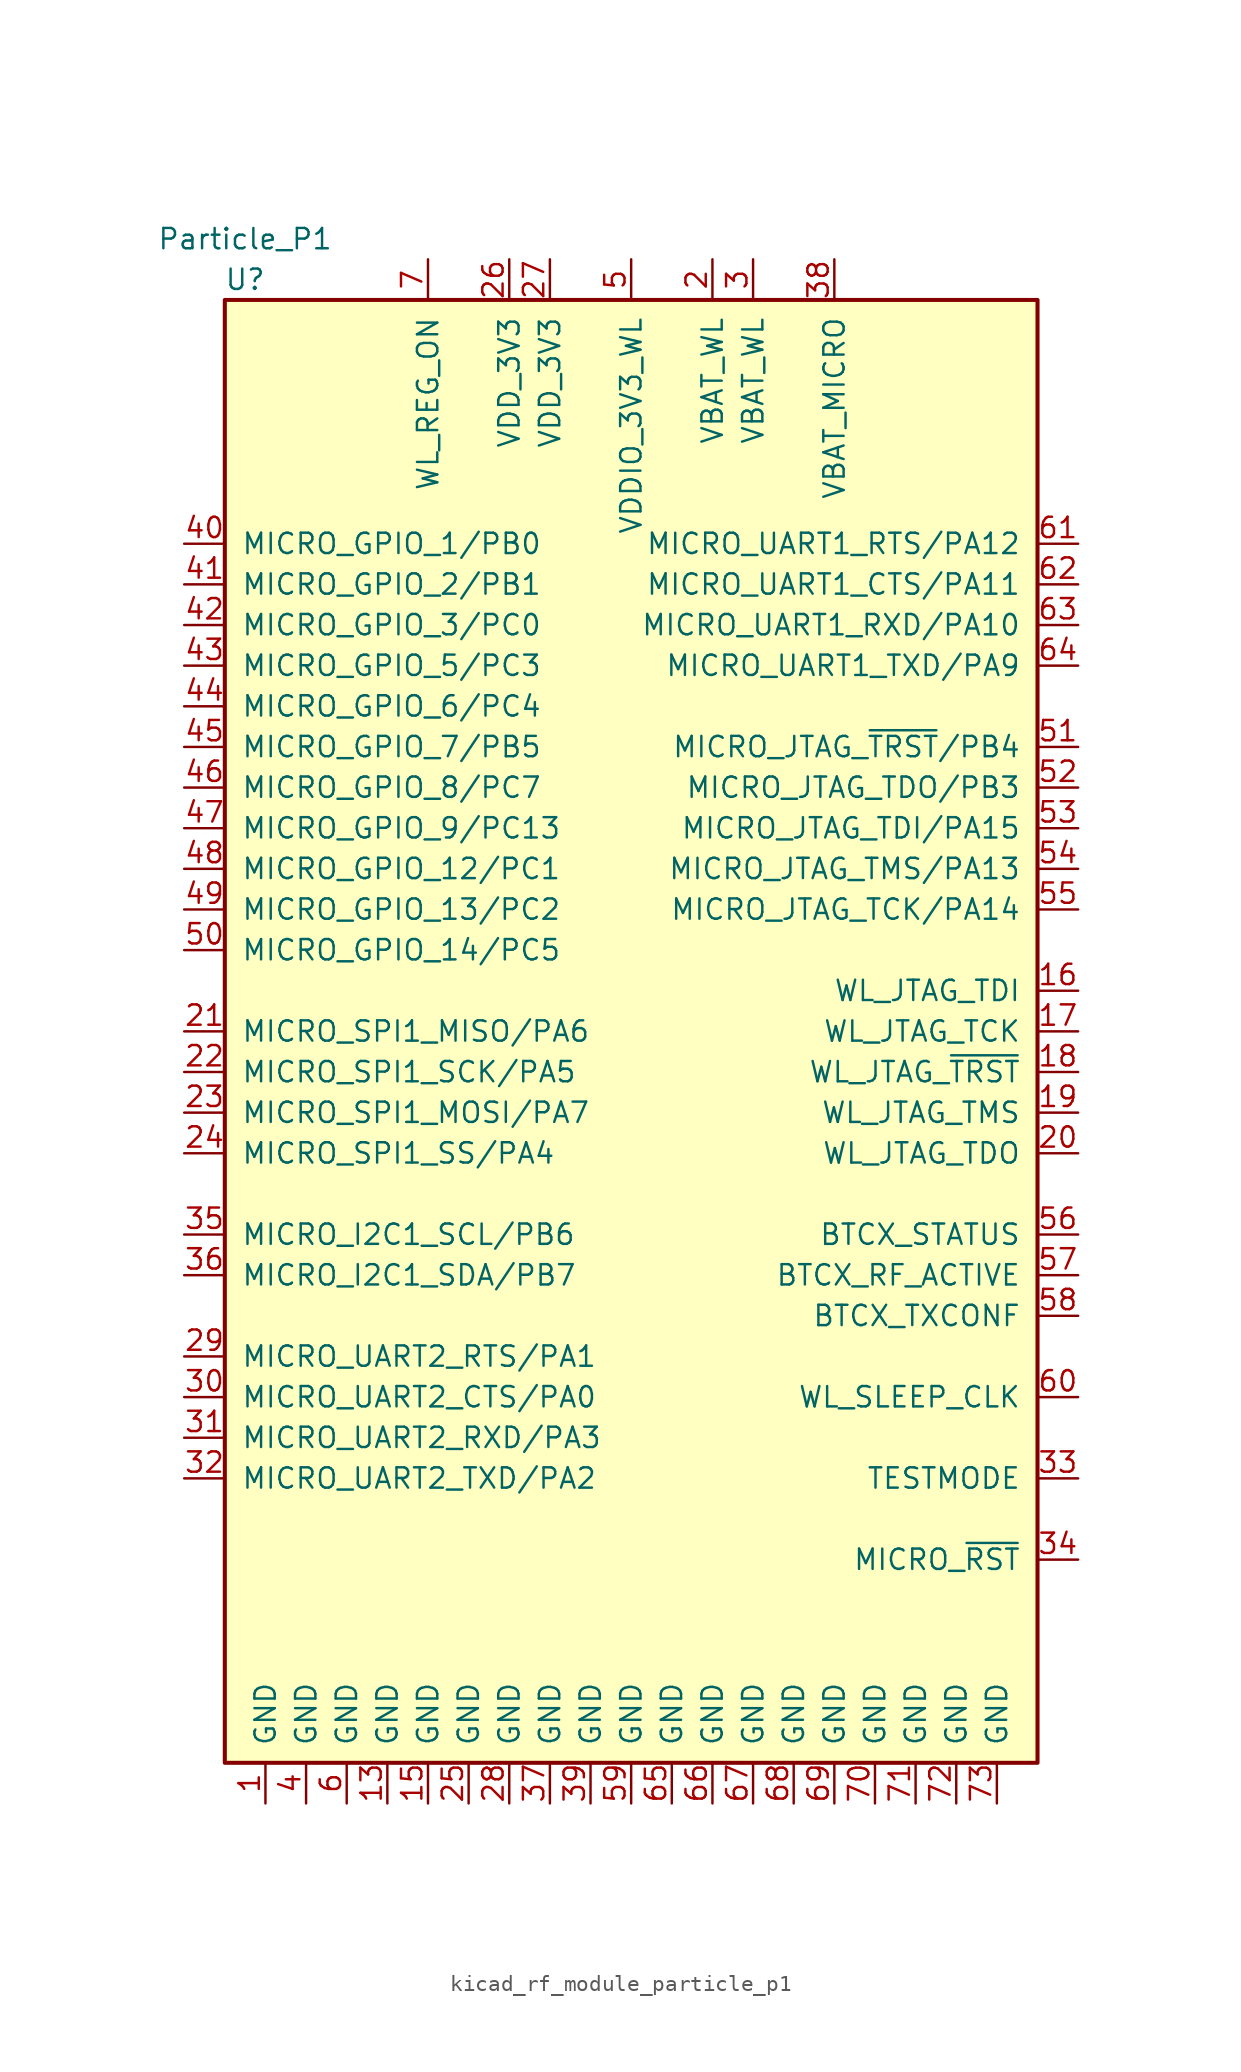
<source format=kicad_sym>
(kicad_symbol_lib
  (version 20220914)
  (generator kicad_symbol_editor)
  (symbol "kicad_rf_module_particle_p1"
    (pin_names
      (offset 1.016))
    (property "Reference" "U"
      (at -24.13 46.99 0)
      (effects (font (size 1.27 1.27))))
    (property "Value" "Particle_P1"
      (at -24.13 49.53 0)
      (effects (font (size 1.27 1.27))))
    (symbol "kicad_rf_module_particle_p1_1_1"
      (rectangle (start -25.4 45.72) (end 25.4 -45.72) (stroke (width 0.254) (type default)) (fill (type background)))
      (pin power_in line (at -22.86 -48.26 90) (length 2.54) (name "GND" (effects (font (size 1.27 1.27)))) (number "1" (effects (font (size 1.27 1.27)))))
      (pin no_connect line (at -25.4 35.56 0) (length 2.54) hide (name "NC" (effects (font (size 1.27 1.27)))) (number "10" (effects (font (size 1.27 1.27)))))
      (pin no_connect line (at 25.4 35.56 180) (length 2.54) hide (name "NC" (effects (font (size 1.27 1.27)))) (number "11" (effects (font (size 1.27 1.27)))))
      (pin no_connect line (at 25.4 38.1 180) (length 2.54) hide (name "NC" (effects (font (size 1.27 1.27)))) (number "12" (effects (font (size 1.27 1.27)))))
      (pin power_in line (at -15.24 -48.26 90) (length 2.54) (name "GND" (effects (font (size 1.27 1.27)))) (number "13" (effects (font (size 1.27 1.27)))))
      (pin no_connect line (at 25.4 40.64 180) (length 2.54) hide (name "NC" (effects (font (size 1.27 1.27)))) (number "14" (effects (font (size 1.27 1.27)))))
      (pin power_in line (at -12.7 -48.26 90) (length 2.54) (name "GND" (effects (font (size 1.27 1.27)))) (number "15" (effects (font (size 1.27 1.27)))))
      (pin input line (at 27.94 2.54 180) (length 2.54) (name "WL_JTAG_TDI" (effects (font (size 1.27 1.27)))) (number "16" (effects (font (size 1.27 1.27)))))
      (pin input line (at 27.94 0 180) (length 2.54) (name "WL_JTAG_TCK" (effects (font (size 1.27 1.27)))) (number "17" (effects (font (size 1.27 1.27)))))
      (pin input line (at 27.94 -2.54 180) (length 2.54) (name "WL_JTAG_~{TRST}" (effects (font (size 1.27 1.27)))) (number "18" (effects (font (size 1.27 1.27)))))
      (pin input line (at 27.94 -5.08 180) (length 2.54) (name "WL_JTAG_TMS" (effects (font (size 1.27 1.27)))) (number "19" (effects (font (size 1.27 1.27)))))
      (pin power_in line (at 5.08 48.26 270) (length 2.54) (name "VBAT_WL" (effects (font (size 1.27 1.27)))) (number "2" (effects (font (size 1.27 1.27)))))
      (pin input line (at 27.94 -7.62 180) (length 2.54) (name "WL_JTAG_TDO" (effects (font (size 1.27 1.27)))) (number "20" (effects (font (size 1.27 1.27)))))
      (pin bidirectional line (at -27.94 0 0) (length 2.54) (name "MICRO_SPI1_MISO/PA6" (effects (font (size 1.27 1.27)))) (number "21" (effects (font (size 1.27 1.27)))))
      (pin bidirectional line (at -27.94 -2.54 0) (length 2.54) (name "MICRO_SPI1_SCK/PA5" (effects (font (size 1.27 1.27)))) (number "22" (effects (font (size 1.27 1.27)))))
      (pin bidirectional line (at -27.94 -5.08 0) (length 2.54) (name "MICRO_SPI1_MOSI/PA7" (effects (font (size 1.27 1.27)))) (number "23" (effects (font (size 1.27 1.27)))))
      (pin bidirectional line (at -27.94 -7.62 0) (length 2.54) (name "MICRO_SPI1_SS/PA4" (effects (font (size 1.27 1.27)))) (number "24" (effects (font (size 1.27 1.27)))))
      (pin power_in line (at -10.16 -48.26 90) (length 2.54) (name "GND" (effects (font (size 1.27 1.27)))) (number "25" (effects (font (size 1.27 1.27)))))
      (pin power_in line (at -7.62 48.26 270) (length 2.54) (name "VDD_3V3" (effects (font (size 1.27 1.27)))) (number "26" (effects (font (size 1.27 1.27)))))
      (pin power_in line (at -5.08 48.26 270) (length 2.54) (name "VDD_3V3" (effects (font (size 1.27 1.27)))) (number "27" (effects (font (size 1.27 1.27)))))
      (pin power_in line (at -7.62 -48.26 90) (length 2.54) (name "GND" (effects (font (size 1.27 1.27)))) (number "28" (effects (font (size 1.27 1.27)))))
      (pin bidirectional line (at -27.94 -20.32 0) (length 2.54) (name "MICRO_UART2_RTS/PA1" (effects (font (size 1.27 1.27)))) (number "29" (effects (font (size 1.27 1.27)))))
      (pin power_in line (at 7.62 48.26 270) (length 2.54) (name "VBAT_WL" (effects (font (size 1.27 1.27)))) (number "3" (effects (font (size 1.27 1.27)))))
      (pin bidirectional line (at -27.94 -22.86 0) (length 2.54) (name "MICRO_UART2_CTS/PA0" (effects (font (size 1.27 1.27)))) (number "30" (effects (font (size 1.27 1.27)))))
      (pin bidirectional line (at -27.94 -25.4 0) (length 2.54) (name "MICRO_UART2_RXD/PA3" (effects (font (size 1.27 1.27)))) (number "31" (effects (font (size 1.27 1.27)))))
      (pin bidirectional line (at -27.94 -27.94 0) (length 2.54) (name "MICRO_UART2_TXD/PA2" (effects (font (size 1.27 1.27)))) (number "32" (effects (font (size 1.27 1.27)))))
      (pin bidirectional line (at 27.94 -27.94 180) (length 2.54) (name "TESTMODE" (effects (font (size 1.27 1.27)))) (number "33" (effects (font (size 1.27 1.27)))))
      (pin input line (at 27.94 -33.02 180) (length 2.54) (name "MICRO_~{RST}" (effects (font (size 1.27 1.27)))) (number "34" (effects (font (size 1.27 1.27)))))
      (pin bidirectional line (at -27.94 -12.7 0) (length 2.54) (name "MICRO_I2C1_SCL/PB6" (effects (font (size 1.27 1.27)))) (number "35" (effects (font (size 1.27 1.27)))))
      (pin bidirectional line (at -27.94 -15.24 0) (length 2.54) (name "MICRO_I2C1_SDA/PB7" (effects (font (size 1.27 1.27)))) (number "36" (effects (font (size 1.27 1.27)))))
      (pin power_in line (at -5.08 -48.26 90) (length 2.54) (name "GND" (effects (font (size 1.27 1.27)))) (number "37" (effects (font (size 1.27 1.27)))))
      (pin power_in line (at 12.7 48.26 270) (length 2.54) (name "VBAT_MICRO" (effects (font (size 1.27 1.27)))) (number "38" (effects (font (size 1.27 1.27)))))
      (pin power_in line (at -2.54 -48.26 90) (length 2.54) (name "GND" (effects (font (size 1.27 1.27)))) (number "39" (effects (font (size 1.27 1.27)))))
      (pin power_in line (at -20.32 -48.26 90) (length 2.54) (name "GND" (effects (font (size 1.27 1.27)))) (number "4" (effects (font (size 1.27 1.27)))))
      (pin bidirectional line (at -27.94 30.48 0) (length 2.54) (name "MICRO_GPIO_1/PB0" (effects (font (size 1.27 1.27)))) (number "40" (effects (font (size 1.27 1.27)))))
      (pin bidirectional line (at -27.94 27.94 0) (length 2.54) (name "MICRO_GPIO_2/PB1" (effects (font (size 1.27 1.27)))) (number "41" (effects (font (size 1.27 1.27)))))
      (pin bidirectional line (at -27.94 25.4 0) (length 2.54) (name "MICRO_GPIO_3/PC0" (effects (font (size 1.27 1.27)))) (number "42" (effects (font (size 1.27 1.27)))))
      (pin bidirectional line (at -27.94 22.86 0) (length 2.54) (name "MICRO_GPIO_5/PC3" (effects (font (size 1.27 1.27)))) (number "43" (effects (font (size 1.27 1.27)))))
      (pin bidirectional line (at -27.94 20.32 0) (length 2.54) (name "MICRO_GPIO_6/PC4" (effects (font (size 1.27 1.27)))) (number "44" (effects (font (size 1.27 1.27)))))
      (pin bidirectional line (at -27.94 17.78 0) (length 2.54) (name "MICRO_GPIO_7/PB5" (effects (font (size 1.27 1.27)))) (number "45" (effects (font (size 1.27 1.27)))))
      (pin bidirectional line (at -27.94 15.24 0) (length 2.54) (name "MICRO_GPIO_8/PC7" (effects (font (size 1.27 1.27)))) (number "46" (effects (font (size 1.27 1.27)))))
      (pin bidirectional line (at -27.94 12.7 0) (length 2.54) (name "MICRO_GPIO_9/PC13" (effects (font (size 1.27 1.27)))) (number "47" (effects (font (size 1.27 1.27)))))
      (pin bidirectional line (at -27.94 10.16 0) (length 2.54) (name "MICRO_GPIO_12/PC1" (effects (font (size 1.27 1.27)))) (number "48" (effects (font (size 1.27 1.27)))))
      (pin bidirectional line (at -27.94 7.62 0) (length 2.54) (name "MICRO_GPIO_13/PC2" (effects (font (size 1.27 1.27)))) (number "49" (effects (font (size 1.27 1.27)))))
      (pin power_in line (at 0 48.26 270) (length 2.54) (name "VDDIO_3V3_WL" (effects (font (size 1.27 1.27)))) (number "5" (effects (font (size 1.27 1.27)))))
      (pin bidirectional line (at -27.94 5.08 0) (length 2.54) (name "MICRO_GPIO_14/PC5" (effects (font (size 1.27 1.27)))) (number "50" (effects (font (size 1.27 1.27)))))
      (pin bidirectional line (at 27.94 17.78 180) (length 2.54) (name "MICRO_JTAG_~{TRST}/PB4" (effects (font (size 1.27 1.27)))) (number "51" (effects (font (size 1.27 1.27)))))
      (pin bidirectional line (at 27.94 15.24 180) (length 2.54) (name "MICRO_JTAG_TDO/PB3" (effects (font (size 1.27 1.27)))) (number "52" (effects (font (size 1.27 1.27)))))
      (pin bidirectional line (at 27.94 12.7 180) (length 2.54) (name "MICRO_JTAG_TDI/PA15" (effects (font (size 1.27 1.27)))) (number "53" (effects (font (size 1.27 1.27)))))
      (pin bidirectional line (at 27.94 10.16 180) (length 2.54) (name "MICRO_JTAG_TMS/PA13" (effects (font (size 1.27 1.27)))) (number "54" (effects (font (size 1.27 1.27)))))
      (pin bidirectional line (at 27.94 7.62 180) (length 2.54) (name "MICRO_JTAG_TCK/PA14" (effects (font (size 1.27 1.27)))) (number "55" (effects (font (size 1.27 1.27)))))
      (pin input line (at 27.94 -12.7 180) (length 2.54) (name "BTCX_STATUS" (effects (font (size 1.27 1.27)))) (number "56" (effects (font (size 1.27 1.27)))))
      (pin input line (at 27.94 -15.24 180) (length 2.54) (name "BTCX_RF_ACTIVE" (effects (font (size 1.27 1.27)))) (number "57" (effects (font (size 1.27 1.27)))))
      (pin output line (at 27.94 -17.78 180) (length 2.54) (name "BTCX_TXCONF" (effects (font (size 1.27 1.27)))) (number "58" (effects (font (size 1.27 1.27)))))
      (pin power_in line (at 0 -48.26 90) (length 2.54) (name "GND" (effects (font (size 1.27 1.27)))) (number "59" (effects (font (size 1.27 1.27)))))
      (pin power_in line (at -17.78 -48.26 90) (length 2.54) (name "GND" (effects (font (size 1.27 1.27)))) (number "6" (effects (font (size 1.27 1.27)))))
      (pin input line (at 27.94 -22.86 180) (length 2.54) (name "WL_SLEEP_CLK" (effects (font (size 1.27 1.27)))) (number "60" (effects (font (size 1.27 1.27)))))
      (pin bidirectional line (at 27.94 30.48 180) (length 2.54) (name "MICRO_UART1_RTS/PA12" (effects (font (size 1.27 1.27)))) (number "61" (effects (font (size 1.27 1.27)))))
      (pin bidirectional line (at 27.94 27.94 180) (length 2.54) (name "MICRO_UART1_CTS/PA11" (effects (font (size 1.27 1.27)))) (number "62" (effects (font (size 1.27 1.27)))))
      (pin bidirectional line (at 27.94 25.4 180) (length 2.54) (name "MICRO_UART1_RXD/PA10" (effects (font (size 1.27 1.27)))) (number "63" (effects (font (size 1.27 1.27)))))
      (pin bidirectional line (at 27.94 22.86 180) (length 2.54) (name "MICRO_UART1_TXD/PA9" (effects (font (size 1.27 1.27)))) (number "64" (effects (font (size 1.27 1.27)))))
      (pin power_in line (at 2.54 -48.26 90) (length 2.54) (name "GND" (effects (font (size 1.27 1.27)))) (number "65" (effects (font (size 1.27 1.27)))))
      (pin power_in line (at 5.08 -48.26 90) (length 2.54) (name "GND" (effects (font (size 1.27 1.27)))) (number "66" (effects (font (size 1.27 1.27)))))
      (pin power_in line (at 7.62 -48.26 90) (length 2.54) (name "GND" (effects (font (size 1.27 1.27)))) (number "67" (effects (font (size 1.27 1.27)))))
      (pin power_in line (at 10.16 -48.26 90) (length 2.54) (name "GND" (effects (font (size 1.27 1.27)))) (number "68" (effects (font (size 1.27 1.27)))))
      (pin power_in line (at 12.7 -48.26 90) (length 2.54) (name "GND" (effects (font (size 1.27 1.27)))) (number "69" (effects (font (size 1.27 1.27)))))
      (pin power_in line (at -12.7 48.26 270) (length 2.54) (name "WL_REG_ON" (effects (font (size 1.27 1.27)))) (number "7" (effects (font (size 1.27 1.27)))))
      (pin power_in line (at 15.24 -48.26 90) (length 2.54) (name "GND" (effects (font (size 1.27 1.27)))) (number "70" (effects (font (size 1.27 1.27)))))
      (pin power_in line (at 17.78 -48.26 90) (length 2.54) (name "GND" (effects (font (size 1.27 1.27)))) (number "71" (effects (font (size 1.27 1.27)))))
      (pin power_in line (at 20.32 -48.26 90) (length 2.54) (name "GND" (effects (font (size 1.27 1.27)))) (number "72" (effects (font (size 1.27 1.27)))))
      (pin power_in line (at 22.86 -48.26 90) (length 2.54) (name "GND" (effects (font (size 1.27 1.27)))) (number "73" (effects (font (size 1.27 1.27)))))
      (pin no_connect line (at -25.4 -33.02 0) (length 2.54) hide (name "PAD1" (effects (font (size 1.27 1.27)))) (number "74" (effects (font (size 1.27 1.27)))))
      (pin no_connect line (at -25.4 -35.56 0) (length 2.54) hide (name "PAD2" (effects (font (size 1.27 1.27)))) (number "75" (effects (font (size 1.27 1.27)))))
      (pin no_connect line (at -25.4 40.64 0) (length 2.54) hide (name "NC" (effects (font (size 1.27 1.27)))) (number "8" (effects (font (size 1.27 1.27)))))
      (pin no_connect line (at -25.4 38.1 0) (length 2.54) hide (name "NC" (effects (font (size 1.27 1.27)))) (number "9" (effects (font (size 1.27 1.27))))))))
</source>
